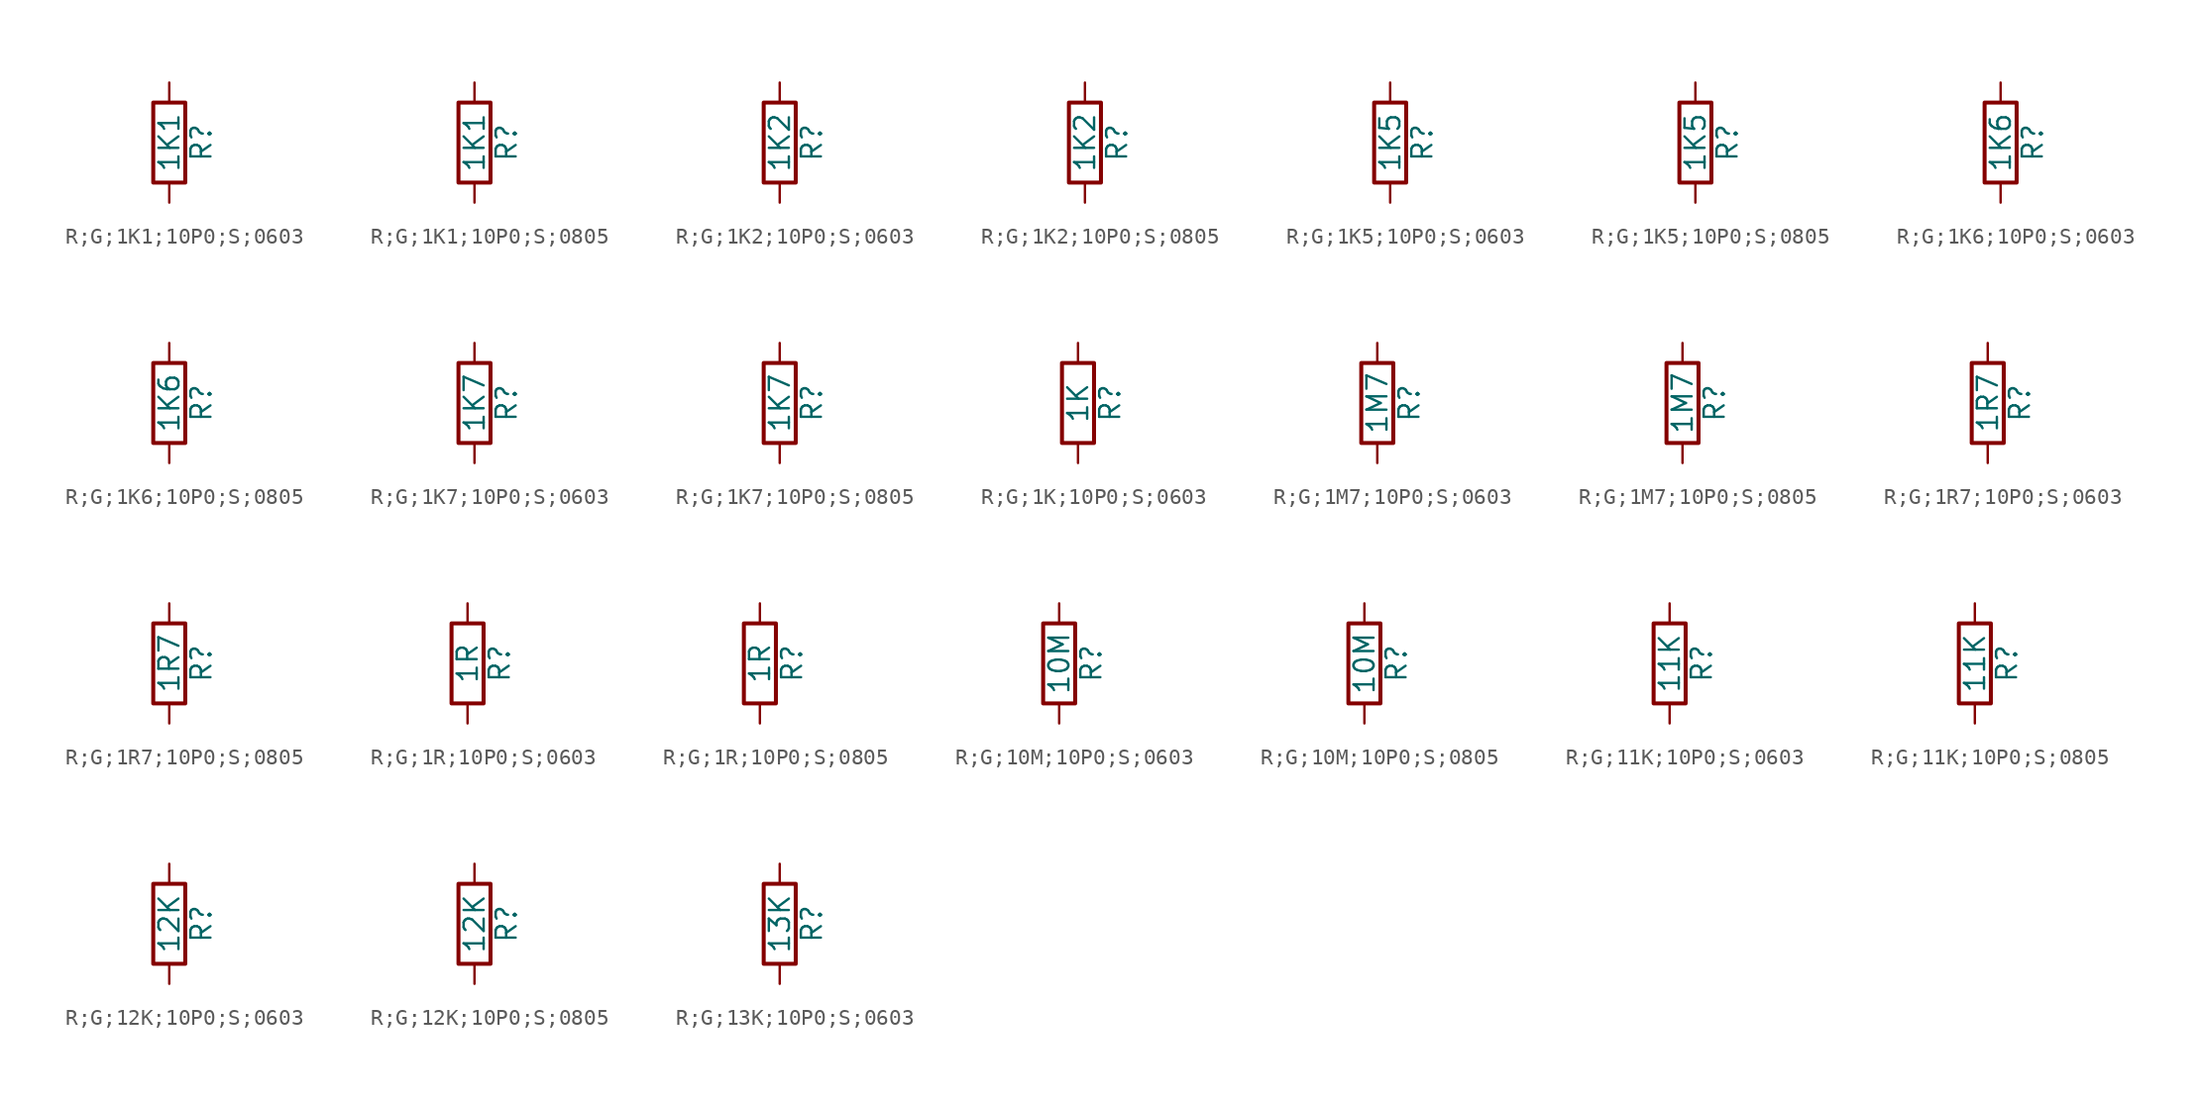
<source format=kicad_sym>
(kicad_symbol_lib
  (version 20231120)
  (generator "kicad_symbol_editor")
  (generator_version "8.0")
  (symbol "R;G;1K1;10P0;S;0603"
    (pin_numbers hide)
    (pin_names
      (offset 0))
    (property "Reference" "R"
      (at 2.032 0 90)
      (effects (font (size 1.27 1.27))))
    (property "Value" "1K1"
      (at 0 0 90)
      (effects (font (size 1.27 1.27))))
    (symbol "R;G;1K1;10P0;S;0603_0_1"
      (rectangle (start -1.016 -2.54) (end 1.016 2.54) (stroke (width 0.254) (type default)) (fill (type none))))
    (symbol "R;G;1K1;10P0;S;0603_1_1"
      (pin passive line (at 0 3.81 270) (length 1.27) (name "~" (effects (font (size 1.27 1.27)))) (number "1" (effects (font (size 1.27 1.27)))))
      (pin passive line (at 0 -3.81 90) (length 1.27) (name "~" (effects (font (size 1.27 1.27)))) (number "2" (effects (font (size 1.27 1.27)))))))
  (symbol "R;G;1K1;10P0;S;0805"
    (pin_numbers hide)
    (pin_names
      (offset 0))
    (property "Reference" "R"
      (at 2.032 0 90)
      (effects (font (size 1.27 1.27))))
    (property "Value" "1K1"
      (at 0 0 90)
      (effects (font (size 1.27 1.27))))
    (symbol "R;G;1K1;10P0;S;0805_0_1"
      (rectangle (start -1.016 -2.54) (end 1.016 2.54) (stroke (width 0.254) (type default)) (fill (type none))))
    (symbol "R;G;1K1;10P0;S;0805_1_1"
      (pin passive line (at 0 3.81 270) (length 1.27) (name "~" (effects (font (size 1.27 1.27)))) (number "1" (effects (font (size 1.27 1.27)))))
      (pin passive line (at 0 -3.81 90) (length 1.27) (name "~" (effects (font (size 1.27 1.27)))) (number "2" (effects (font (size 1.27 1.27)))))))
  (symbol "R;G;1K2;10P0;S;0603"
    (pin_numbers hide)
    (pin_names
      (offset 0))
    (property "Reference" "R"
      (at 2.032 0 90)
      (effects (font (size 1.27 1.27))))
    (property "Value" "1K2"
      (at 0 0 90)
      (effects (font (size 1.27 1.27))))
    (symbol "R;G;1K2;10P0;S;0603_0_1"
      (rectangle (start -1.016 -2.54) (end 1.016 2.54) (stroke (width 0.254) (type default)) (fill (type none))))
    (symbol "R;G;1K2;10P0;S;0603_1_1"
      (pin passive line (at 0 3.81 270) (length 1.27) (name "~" (effects (font (size 1.27 1.27)))) (number "1" (effects (font (size 1.27 1.27)))))
      (pin passive line (at 0 -3.81 90) (length 1.27) (name "~" (effects (font (size 1.27 1.27)))) (number "2" (effects (font (size 1.27 1.27)))))))
  (symbol "R;G;1K2;10P0;S;0805"
    (pin_numbers hide)
    (pin_names
      (offset 0))
    (property "Reference" "R"
      (at 2.032 0 90)
      (effects (font (size 1.27 1.27))))
    (property "Value" "1K2"
      (at 0 0 90)
      (effects (font (size 1.27 1.27))))
    (symbol "R;G;1K2;10P0;S;0805_0_1"
      (rectangle (start -1.016 -2.54) (end 1.016 2.54) (stroke (width 0.254) (type default)) (fill (type none))))
    (symbol "R;G;1K2;10P0;S;0805_1_1"
      (pin passive line (at 0 3.81 270) (length 1.27) (name "~" (effects (font (size 1.27 1.27)))) (number "1" (effects (font (size 1.27 1.27)))))
      (pin passive line (at 0 -3.81 90) (length 1.27) (name "~" (effects (font (size 1.27 1.27)))) (number "2" (effects (font (size 1.27 1.27)))))))
  (symbol "R;G;1K5;10P0;S;0603"
    (pin_numbers hide)
    (pin_names
      (offset 0))
    (property "Reference" "R"
      (at 2.032 0 90)
      (effects (font (size 1.27 1.27))))
    (property "Value" "1K5"
      (at 0 0 90)
      (effects (font (size 1.27 1.27))))
    (symbol "R;G;1K5;10P0;S;0603_0_1"
      (rectangle (start -1.016 -2.54) (end 1.016 2.54) (stroke (width 0.254) (type default)) (fill (type none))))
    (symbol "R;G;1K5;10P0;S;0603_1_1"
      (pin passive line (at 0 3.81 270) (length 1.27) (name "~" (effects (font (size 1.27 1.27)))) (number "1" (effects (font (size 1.27 1.27)))))
      (pin passive line (at 0 -3.81 90) (length 1.27) (name "~" (effects (font (size 1.27 1.27)))) (number "2" (effects (font (size 1.27 1.27)))))))
  (symbol "R;G;1K5;10P0;S;0805"
    (pin_numbers hide)
    (pin_names
      (offset 0))
    (property "Reference" "R"
      (at 2.032 0 90)
      (effects (font (size 1.27 1.27))))
    (property "Value" "1K5"
      (at 0 0 90)
      (effects (font (size 1.27 1.27))))
    (symbol "R;G;1K5;10P0;S;0805_0_1"
      (rectangle (start -1.016 -2.54) (end 1.016 2.54) (stroke (width 0.254) (type default)) (fill (type none))))
    (symbol "R;G;1K5;10P0;S;0805_1_1"
      (pin passive line (at 0 3.81 270) (length 1.27) (name "~" (effects (font (size 1.27 1.27)))) (number "1" (effects (font (size 1.27 1.27)))))
      (pin passive line (at 0 -3.81 90) (length 1.27) (name "~" (effects (font (size 1.27 1.27)))) (number "2" (effects (font (size 1.27 1.27)))))))
  (symbol "R;G;1K6;10P0;S;0603"
    (pin_numbers hide)
    (pin_names
      (offset 0))
    (property "Reference" "R"
      (at 2.032 0 90)
      (effects (font (size 1.27 1.27))))
    (property "Value" "1K6"
      (at 0 0 90)
      (effects (font (size 1.27 1.27))))
    (symbol "R;G;1K6;10P0;S;0603_0_1"
      (rectangle (start -1.016 -2.54) (end 1.016 2.54) (stroke (width 0.254) (type default)) (fill (type none))))
    (symbol "R;G;1K6;10P0;S;0603_1_1"
      (pin passive line (at 0 3.81 270) (length 1.27) (name "~" (effects (font (size 1.27 1.27)))) (number "1" (effects (font (size 1.27 1.27)))))
      (pin passive line (at 0 -3.81 90) (length 1.27) (name "~" (effects (font (size 1.27 1.27)))) (number "2" (effects (font (size 1.27 1.27)))))))
  (symbol "R;G;1K6;10P0;S;0805"
    (pin_numbers hide)
    (pin_names
      (offset 0))
    (property "Reference" "R"
      (at 2.032 0 90)
      (effects (font (size 1.27 1.27))))
    (property "Value" "1K6"
      (at 0 0 90)
      (effects (font (size 1.27 1.27))))
    (symbol "R;G;1K6;10P0;S;0805_0_1"
      (rectangle (start -1.016 -2.54) (end 1.016 2.54) (stroke (width 0.254) (type default)) (fill (type none))))
    (symbol "R;G;1K6;10P0;S;0805_1_1"
      (pin passive line (at 0 3.81 270) (length 1.27) (name "~" (effects (font (size 1.27 1.27)))) (number "1" (effects (font (size 1.27 1.27)))))
      (pin passive line (at 0 -3.81 90) (length 1.27) (name "~" (effects (font (size 1.27 1.27)))) (number "2" (effects (font (size 1.27 1.27)))))))
  (symbol "R;G;1K7;10P0;S;0603"
    (pin_numbers hide)
    (pin_names
      (offset 0))
    (property "Reference" "R"
      (at 2.032 0 90)
      (effects (font (size 1.27 1.27))))
    (property "Value" "1K7"
      (at 0 0 90)
      (effects (font (size 1.27 1.27))))
    (symbol "R;G;1K7;10P0;S;0603_0_1"
      (rectangle (start -1.016 -2.54) (end 1.016 2.54) (stroke (width 0.254) (type default)) (fill (type none))))
    (symbol "R;G;1K7;10P0;S;0603_1_1"
      (pin passive line (at 0 3.81 270) (length 1.27) (name "~" (effects (font (size 1.27 1.27)))) (number "1" (effects (font (size 1.27 1.27)))))
      (pin passive line (at 0 -3.81 90) (length 1.27) (name "~" (effects (font (size 1.27 1.27)))) (number "2" (effects (font (size 1.27 1.27)))))))
  (symbol "R;G;1K7;10P0;S;0805"
    (pin_numbers hide)
    (pin_names
      (offset 0))
    (property "Reference" "R"
      (at 2.032 0 90)
      (effects (font (size 1.27 1.27))))
    (property "Value" "1K7"
      (at 0 0 90)
      (effects (font (size 1.27 1.27))))
    (symbol "R;G;1K7;10P0;S;0805_0_1"
      (rectangle (start -1.016 -2.54) (end 1.016 2.54) (stroke (width 0.254) (type default)) (fill (type none))))
    (symbol "R;G;1K7;10P0;S;0805_1_1"
      (pin passive line (at 0 3.81 270) (length 1.27) (name "~" (effects (font (size 1.27 1.27)))) (number "1" (effects (font (size 1.27 1.27)))))
      (pin passive line (at 0 -3.81 90) (length 1.27) (name "~" (effects (font (size 1.27 1.27)))) (number "2" (effects (font (size 1.27 1.27)))))))
  (symbol "R;G;1K;10P0;S;0603"
    (pin_numbers hide)
    (pin_names
      (offset 0))
    (property "Reference" "R"
      (at 2.032 0 90)
      (effects (font (size 1.27 1.27))))
    (property "Value" "1K"
      (at 0 0 90)
      (effects (font (size 1.27 1.27))))
    (symbol "R;G;1K;10P0;S;0603_0_1"
      (rectangle (start -1.016 -2.54) (end 1.016 2.54) (stroke (width 0.254) (type default)) (fill (type none))))
    (symbol "R;G;1K;10P0;S;0603_1_1"
      (pin passive line (at 0 3.81 270) (length 1.27) (name "~" (effects (font (size 1.27 1.27)))) (number "1" (effects (font (size 1.27 1.27)))))
      (pin passive line (at 0 -3.81 90) (length 1.27) (name "~" (effects (font (size 1.27 1.27)))) (number "2" (effects (font (size 1.27 1.27)))))))
  (symbol "R;G;1M7;10P0;S;0603"
    (pin_numbers hide)
    (pin_names
      (offset 0))
    (property "Reference" "R"
      (at 2.032 0 90)
      (effects (font (size 1.27 1.27))))
    (property "Value" "1M7"
      (at 0 0 90)
      (effects (font (size 1.27 1.27))))
    (symbol "R;G;1M7;10P0;S;0603_0_1"
      (rectangle (start -1.016 -2.54) (end 1.016 2.54) (stroke (width 0.254) (type default)) (fill (type none))))
    (symbol "R;G;1M7;10P0;S;0603_1_1"
      (pin passive line (at 0 3.81 270) (length 1.27) (name "~" (effects (font (size 1.27 1.27)))) (number "1" (effects (font (size 1.27 1.27)))))
      (pin passive line (at 0 -3.81 90) (length 1.27) (name "~" (effects (font (size 1.27 1.27)))) (number "2" (effects (font (size 1.27 1.27)))))))
  (symbol "R;G;1M7;10P0;S;0805"
    (pin_numbers hide)
    (pin_names
      (offset 0))
    (property "Reference" "R"
      (at 2.032 0 90)
      (effects (font (size 1.27 1.27))))
    (property "Value" "1M7"
      (at 0 0 90)
      (effects (font (size 1.27 1.27))))
    (symbol "R;G;1M7;10P0;S;0805_0_1"
      (rectangle (start -1.016 -2.54) (end 1.016 2.54) (stroke (width 0.254) (type default)) (fill (type none))))
    (symbol "R;G;1M7;10P0;S;0805_1_1"
      (pin passive line (at 0 3.81 270) (length 1.27) (name "~" (effects (font (size 1.27 1.27)))) (number "1" (effects (font (size 1.27 1.27)))))
      (pin passive line (at 0 -3.81 90) (length 1.27) (name "~" (effects (font (size 1.27 1.27)))) (number "2" (effects (font (size 1.27 1.27)))))))
  (symbol "R;G;1R7;10P0;S;0603"
    (pin_numbers hide)
    (pin_names
      (offset 0))
    (property "Reference" "R"
      (at 2.032 0 90)
      (effects (font (size 1.27 1.27))))
    (property "Value" "1R7"
      (at 0 0 90)
      (effects (font (size 1.27 1.27))))
    (symbol "R;G;1R7;10P0;S;0603_0_1"
      (rectangle (start -1.016 -2.54) (end 1.016 2.54) (stroke (width 0.254) (type default)) (fill (type none))))
    (symbol "R;G;1R7;10P0;S;0603_1_1"
      (pin passive line (at 0 3.81 270) (length 1.27) (name "~" (effects (font (size 1.27 1.27)))) (number "1" (effects (font (size 1.27 1.27)))))
      (pin passive line (at 0 -3.81 90) (length 1.27) (name "~" (effects (font (size 1.27 1.27)))) (number "2" (effects (font (size 1.27 1.27)))))))
  (symbol "R;G;1R7;10P0;S;0805"
    (pin_numbers hide)
    (pin_names
      (offset 0))
    (property "Reference" "R"
      (at 2.032 0 90)
      (effects (font (size 1.27 1.27))))
    (property "Value" "1R7"
      (at 0 0 90)
      (effects (font (size 1.27 1.27))))
    (symbol "R;G;1R7;10P0;S;0805_0_1"
      (rectangle (start -1.016 -2.54) (end 1.016 2.54) (stroke (width 0.254) (type default)) (fill (type none))))
    (symbol "R;G;1R7;10P0;S;0805_1_1"
      (pin passive line (at 0 3.81 270) (length 1.27) (name "~" (effects (font (size 1.27 1.27)))) (number "1" (effects (font (size 1.27 1.27)))))
      (pin passive line (at 0 -3.81 90) (length 1.27) (name "~" (effects (font (size 1.27 1.27)))) (number "2" (effects (font (size 1.27 1.27)))))))
  (symbol "R;G;1R;10P0;S;0603"
    (pin_numbers hide)
    (pin_names
      (offset 0))
    (property "Reference" "R"
      (at 2.032 0 90)
      (effects (font (size 1.27 1.27))))
    (property "Value" "1R"
      (at 0 0 90)
      (effects (font (size 1.27 1.27))))
    (symbol "R;G;1R;10P0;S;0603_0_1"
      (rectangle (start -1.016 -2.54) (end 1.016 2.54) (stroke (width 0.254) (type default)) (fill (type none))))
    (symbol "R;G;1R;10P0;S;0603_1_1"
      (pin passive line (at 0 3.81 270) (length 1.27) (name "~" (effects (font (size 1.27 1.27)))) (number "1" (effects (font (size 1.27 1.27)))))
      (pin passive line (at 0 -3.81 90) (length 1.27) (name "~" (effects (font (size 1.27 1.27)))) (number "2" (effects (font (size 1.27 1.27)))))))
  (symbol "R;G;1R;10P0;S;0805"
    (pin_numbers hide)
    (pin_names
      (offset 0))
    (property "Reference" "R"
      (at 2.032 0 90)
      (effects (font (size 1.27 1.27))))
    (property "Value" "1R"
      (at 0 0 90)
      (effects (font (size 1.27 1.27))))
    (symbol "R;G;1R;10P0;S;0805_0_1"
      (rectangle (start -1.016 -2.54) (end 1.016 2.54) (stroke (width 0.254) (type default)) (fill (type none))))
    (symbol "R;G;1R;10P0;S;0805_1_1"
      (pin passive line (at 0 3.81 270) (length 1.27) (name "~" (effects (font (size 1.27 1.27)))) (number "1" (effects (font (size 1.27 1.27)))))
      (pin passive line (at 0 -3.81 90) (length 1.27) (name "~" (effects (font (size 1.27 1.27)))) (number "2" (effects (font (size 1.27 1.27)))))))
  (symbol "R;G;10M;10P0;S;0603"
    (pin_numbers hide)
    (pin_names
      (offset 0))
    (property "Reference" "R"
      (at 2.032 0 90)
      (effects (font (size 1.27 1.27))))
    (property "Value" "10M"
      (at 0 0 90)
      (effects (font (size 1.27 1.27))))
    (symbol "R;G;10M;10P0;S;0603_0_1"
      (rectangle (start -1.016 -2.54) (end 1.016 2.54) (stroke (width 0.254) (type default)) (fill (type none))))
    (symbol "R;G;10M;10P0;S;0603_1_1"
      (pin passive line (at 0 3.81 270) (length 1.27) (name "~" (effects (font (size 1.27 1.27)))) (number "1" (effects (font (size 1.27 1.27)))))
      (pin passive line (at 0 -3.81 90) (length 1.27) (name "~" (effects (font (size 1.27 1.27)))) (number "2" (effects (font (size 1.27 1.27)))))))
  (symbol "R;G;10M;10P0;S;0805"
    (pin_numbers hide)
    (pin_names
      (offset 0))
    (property "Reference" "R"
      (at 2.032 0 90)
      (effects (font (size 1.27 1.27))))
    (property "Value" "10M"
      (at 0 0 90)
      (effects (font (size 1.27 1.27))))
    (symbol "R;G;10M;10P0;S;0805_0_1"
      (rectangle (start -1.016 -2.54) (end 1.016 2.54) (stroke (width 0.254) (type default)) (fill (type none))))
    (symbol "R;G;10M;10P0;S;0805_1_1"
      (pin passive line (at 0 3.81 270) (length 1.27) (name "~" (effects (font (size 1.27 1.27)))) (number "1" (effects (font (size 1.27 1.27)))))
      (pin passive line (at 0 -3.81 90) (length 1.27) (name "~" (effects (font (size 1.27 1.27)))) (number "2" (effects (font (size 1.27 1.27)))))))
  (symbol "R;G;11K;10P0;S;0603"
    (pin_numbers hide)
    (pin_names
      (offset 0))
    (property "Reference" "R"
      (at 2.032 0 90)
      (effects (font (size 1.27 1.27))))
    (property "Value" "11K"
      (at 0 0 90)
      (effects (font (size 1.27 1.27))))
    (symbol "R;G;11K;10P0;S;0603_0_1"
      (rectangle (start -1.016 -2.54) (end 1.016 2.54) (stroke (width 0.254) (type default)) (fill (type none))))
    (symbol "R;G;11K;10P0;S;0603_1_1"
      (pin passive line (at 0 3.81 270) (length 1.27) (name "~" (effects (font (size 1.27 1.27)))) (number "1" (effects (font (size 1.27 1.27)))))
      (pin passive line (at 0 -3.81 90) (length 1.27) (name "~" (effects (font (size 1.27 1.27)))) (number "2" (effects (font (size 1.27 1.27)))))))
  (symbol "R;G;11K;10P0;S;0805"
    (pin_numbers hide)
    (pin_names
      (offset 0))
    (property "Reference" "R"
      (at 2.032 0 90)
      (effects (font (size 1.27 1.27))))
    (property "Value" "11K"
      (at 0 0 90)
      (effects (font (size 1.27 1.27))))
    (symbol "R;G;11K;10P0;S;0805_0_1"
      (rectangle (start -1.016 -2.54) (end 1.016 2.54) (stroke (width 0.254) (type default)) (fill (type none))))
    (symbol "R;G;11K;10P0;S;0805_1_1"
      (pin passive line (at 0 3.81 270) (length 1.27) (name "~" (effects (font (size 1.27 1.27)))) (number "1" (effects (font (size 1.27 1.27)))))
      (pin passive line (at 0 -3.81 90) (length 1.27) (name "~" (effects (font (size 1.27 1.27)))) (number "2" (effects (font (size 1.27 1.27)))))))
  (symbol "R;G;12K;10P0;S;0603"
    (pin_numbers hide)
    (pin_names
      (offset 0))
    (property "Reference" "R"
      (at 2.032 0 90)
      (effects (font (size 1.27 1.27))))
    (property "Value" "12K"
      (at 0 0 90)
      (effects (font (size 1.27 1.27))))
    (symbol "R;G;12K;10P0;S;0603_0_1"
      (rectangle (start -1.016 -2.54) (end 1.016 2.54) (stroke (width 0.254) (type default)) (fill (type none))))
    (symbol "R;G;12K;10P0;S;0603_1_1"
      (pin passive line (at 0 3.81 270) (length 1.27) (name "~" (effects (font (size 1.27 1.27)))) (number "1" (effects (font (size 1.27 1.27)))))
      (pin passive line (at 0 -3.81 90) (length 1.27) (name "~" (effects (font (size 1.27 1.27)))) (number "2" (effects (font (size 1.27 1.27)))))))
  (symbol "R;G;12K;10P0;S;0805"
    (pin_numbers hide)
    (pin_names
      (offset 0))
    (property "Reference" "R"
      (at 2.032 0 90)
      (effects (font (size 1.27 1.27))))
    (property "Value" "12K"
      (at 0 0 90)
      (effects (font (size 1.27 1.27))))
    (symbol "R;G;12K;10P0;S;0805_0_1"
      (rectangle (start -1.016 -2.54) (end 1.016 2.54) (stroke (width 0.254) (type default)) (fill (type none))))
    (symbol "R;G;12K;10P0;S;0805_1_1"
      (pin passive line (at 0 3.81 270) (length 1.27) (name "~" (effects (font (size 1.27 1.27)))) (number "1" (effects (font (size 1.27 1.27)))))
      (pin passive line (at 0 -3.81 90) (length 1.27) (name "~" (effects (font (size 1.27 1.27)))) (number "2" (effects (font (size 1.27 1.27)))))))
  (symbol "R;G;13K;10P0;S;0603"
    (pin_numbers hide)
    (pin_names
      (offset 0))
    (property "Reference" "R"
      (at 2.032 0 90)
      (effects (font (size 1.27 1.27))))
    (property "Value" "13K"
      (at 0 0 90)
      (effects (font (size 1.27 1.27))))
    (symbol "R;G;13K;10P0;S;0603_0_1"
      (rectangle (start -1.016 -2.54) (end 1.016 2.54) (stroke (width 0.254) (type default)) (fill (type none))))
    (symbol "R;G;13K;10P0;S;0603_1_1"
      (pin passive line (at 0 3.81 270) (length 1.27) (name "~" (effects (font (size 1.27 1.27)))) (number "1" (effects (font (size 1.27 1.27)))))
      (pin passive line (at 0 -3.81 90) (length 1.27) (name "~" (effects (font (size 1.27 1.27)))) (number "2" (effects (font (size 1.27 1.27))))))))
</source>
